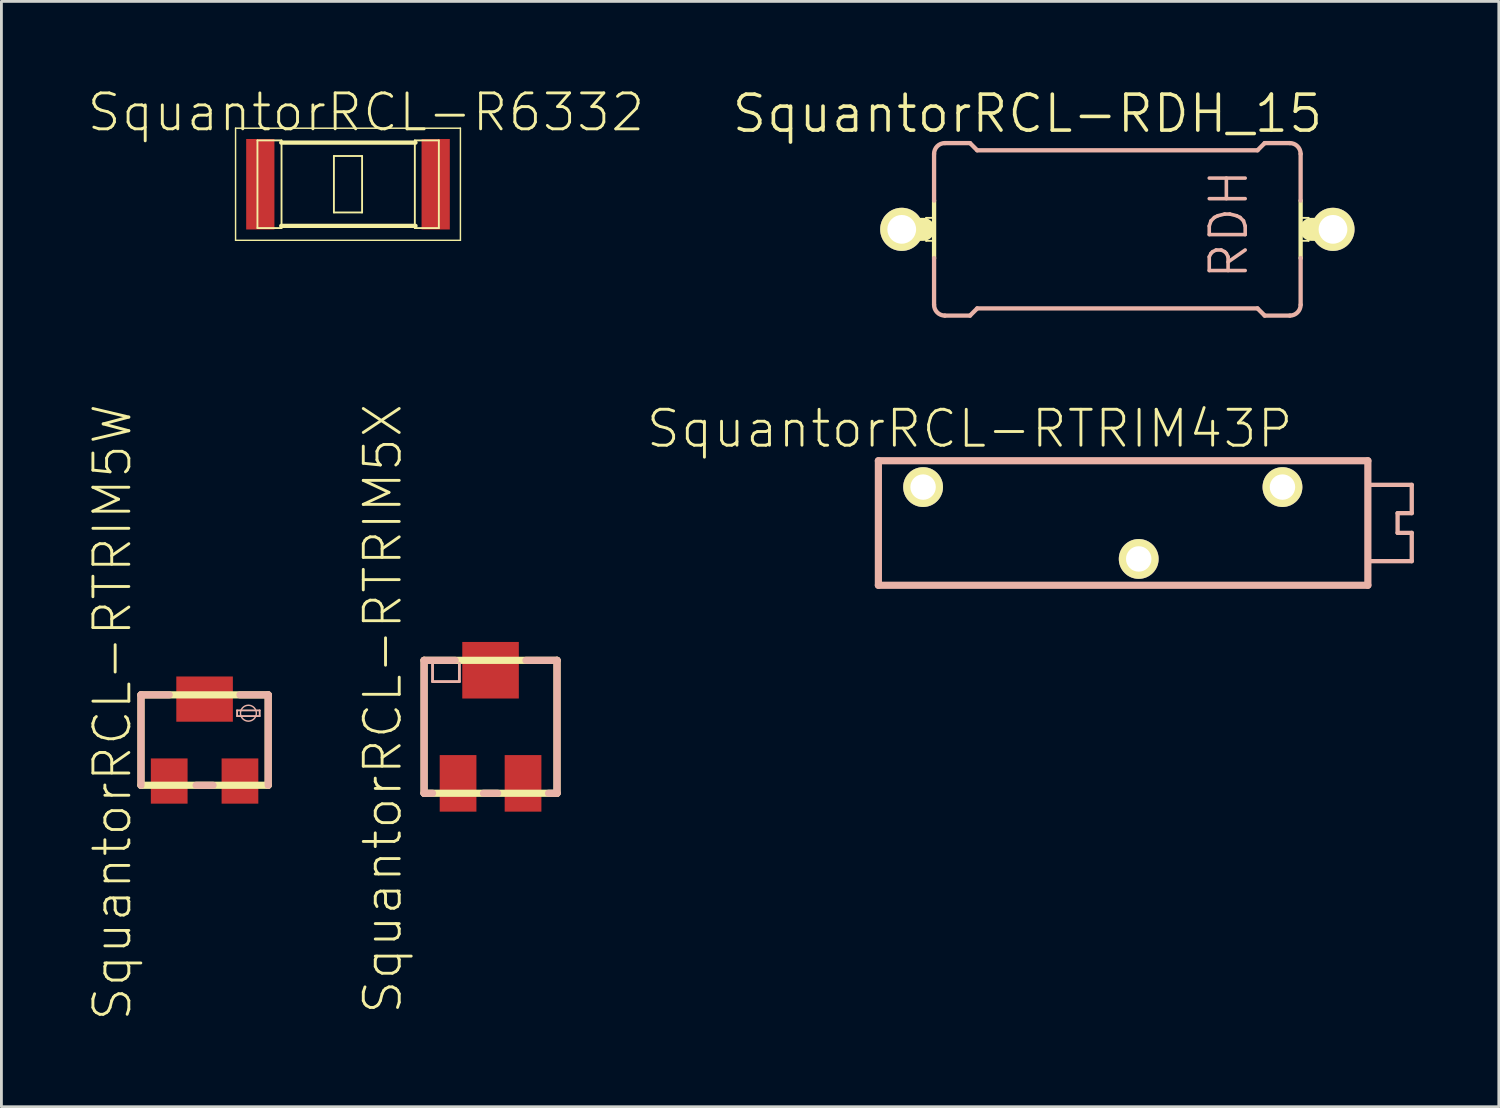
<source format=kicad_pcb>
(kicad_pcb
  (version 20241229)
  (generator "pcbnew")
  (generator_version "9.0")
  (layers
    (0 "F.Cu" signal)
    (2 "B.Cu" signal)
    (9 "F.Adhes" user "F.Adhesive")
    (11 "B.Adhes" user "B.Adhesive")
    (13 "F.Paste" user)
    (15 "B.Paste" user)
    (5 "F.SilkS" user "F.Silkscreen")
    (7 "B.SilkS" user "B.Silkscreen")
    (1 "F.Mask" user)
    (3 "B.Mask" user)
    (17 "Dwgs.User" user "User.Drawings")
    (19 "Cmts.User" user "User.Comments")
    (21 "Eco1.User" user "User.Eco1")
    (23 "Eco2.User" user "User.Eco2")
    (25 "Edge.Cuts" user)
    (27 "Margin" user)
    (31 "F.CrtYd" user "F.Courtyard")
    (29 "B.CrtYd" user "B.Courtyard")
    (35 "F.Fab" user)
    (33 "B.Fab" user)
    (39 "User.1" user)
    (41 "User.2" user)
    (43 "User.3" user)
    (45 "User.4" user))
  (footprint "SquantorRCL-R6332"
    (layer "F.Cu")
    (at 9.248 3.461)
    (property "Reference" "SquantorRCL-R6332" (at 0.635 -2.54 0) (layer "F.SilkS") (effects (font (size 1.27 1.27) (thickness 0.102))))
    (attr smd)
    (fp_line (start -3.973 -1.981) (end 3.973 -1.981) (stroke (width 0.051) (type solid)) (layer "F.SilkS"))
    (fp_line (start -3.973 1.981) (end -3.973 -1.981) (stroke (width 0.051) (type solid)) (layer "F.SilkS"))
    (fp_line (start -3.2 -1.549) (end -2.349 -1.549) (stroke (width 0.066) (type solid)) (layer "F.SilkS"))
    (fp_line (start -3.2 1.549) (end -3.2 -1.549) (stroke (width 0.066) (type solid)) (layer "F.SilkS"))
    (fp_line (start -3.2 1.549) (end -2.349 1.549) (stroke (width 0.066) (type solid)) (layer "F.SilkS"))
    (fp_line (start -2.36 -1.471) (end 2.385 -1.471) (stroke (width 0.152) (type solid)) (layer "F.SilkS"))
    (fp_line (start -2.36 1.471) (end 2.385 1.471) (stroke (width 0.152) (type solid)) (layer "F.SilkS"))
    (fp_line (start -2.349 1.549) (end -2.349 -1.549) (stroke (width 0.066) (type solid)) (layer "F.SilkS"))
    (fp_line (start -0.498 -0.998) (end 0.498 -0.998) (stroke (width 0.066) (type solid)) (layer "F.SilkS"))
    (fp_line (start -0.498 0.998) (end -0.498 -0.998) (stroke (width 0.066) (type solid)) (layer "F.SilkS"))
    (fp_line (start -0.498 0.998) (end 0.498 0.998) (stroke (width 0.066) (type solid)) (layer "F.SilkS"))
    (fp_line (start 0.498 0.998) (end 0.498 -0.998) (stroke (width 0.066) (type solid)) (layer "F.SilkS"))
    (fp_line (start 2.362 -1.549) (end 3.211 -1.549) (stroke (width 0.066) (type solid)) (layer "F.SilkS"))
    (fp_line (start 2.362 1.549) (end 2.362 -1.549) (stroke (width 0.066) (type solid)) (layer "F.SilkS"))
    (fp_line (start 2.362 1.549) (end 3.211 1.549) (stroke (width 0.066) (type solid)) (layer "F.SilkS"))
    (fp_line (start 3.211 1.549) (end 3.211 -1.549) (stroke (width 0.066) (type solid)) (layer "F.SilkS"))
    (fp_line (start 3.973 -1.981) (end 3.973 1.981) (stroke (width 0.051) (type solid)) (layer "F.SilkS"))
    (fp_line (start 3.973 1.981) (end -3.973 1.981) (stroke (width 0.051) (type solid)) (layer "F.SilkS"))
    (pad "1" smd rect (at -3.099 0) (size 0.998 3.198) (layers "F.Cu" "F.Mask" "F.Paste"))
    (pad "2" smd rect (at 3.099 0) (size 0.998 3.198) (layers "F.Cu" "F.Mask" "F.Paste")))
  (footprint "SquantorRCL-RTRIM5X"
    (layer "F.Cu")
    (at 14.286 22.635)
    (property "Reference" "SquantorRCL-RTRIM5X" (at -3.81 -0.635 90) (layer "F.SilkS") (effects (font (size 1.27 1.27) (thickness 0.102))))
    (attr smd)
    (fp_line (start -2.349 -2.349) (end -2.349 2.349) (stroke (width 0.254) (type solid)) (layer "F.SilkS"))
    (fp_line (start -2.349 2.349) (end 2.349 2.349) (stroke (width 0.254) (type solid)) (layer "F.SilkS"))
    (fp_line (start 2.349 -2.349) (end -2.349 -2.349) (stroke (width 0.254) (type solid)) (layer "F.SilkS"))
    (fp_line (start 2.349 2.349) (end 2.349 -2.349) (stroke (width 0.254) (type solid)) (layer "F.SilkS"))
    (fp_line (start -2.349 -2.349) (end -1.25 -2.349) (stroke (width 0.254) (type solid)) (layer "B.SilkS"))
    (fp_line (start -2.349 2.349) (end -2.349 -2.349) (stroke (width 0.254) (type solid)) (layer "B.SilkS"))
    (fp_line (start -2.05 -1.598) (end -2.05 -2.248) (stroke (width 0.102) (type solid)) (layer "B.SilkS"))
    (fp_line (start -2.05 2.349) (end -2.349 2.349) (stroke (width 0.254) (type solid)) (layer "B.SilkS"))
    (fp_line (start -1.1 -2.248) (end -1.1 -1.598) (stroke (width 0.102) (type solid)) (layer "B.SilkS"))
    (fp_line (start -1.1 -1.598) (end -2.05 -1.598) (stroke (width 0.102) (type solid)) (layer "B.SilkS"))
    (fp_line (start 0.249 2.349) (end -0.249 2.349) (stroke (width 0.254) (type solid)) (layer "B.SilkS"))
    (fp_line (start 1.25 -2.349) (end 2.349 -2.349) (stroke (width 0.254) (type solid)) (layer "B.SilkS"))
    (fp_line (start 2.349 -2.349) (end 2.349 2.349) (stroke (width 0.254) (type solid)) (layer "B.SilkS"))
    (fp_line (start 2.349 2.349) (end 2.05 2.349) (stroke (width 0.254) (type solid)) (layer "B.SilkS"))
    (pad "1" smd rect (at -1.148 1.999) (size 1.298 1.999) (layers "F.Cu" "F.Mask" "F.Paste"))
    (pad "2" smd rect (at 0 -1.999) (size 1.999 1.999) (layers "F.Cu" "F.Mask" "F.Paste"))
    (pad "3" smd rect (at 1.148 1.999) (size 1.298 1.999) (layers "F.Cu" "F.Mask" "F.Paste")))
  (footprint "SquantorRCL-RTRIM5W"
    (layer "F.Cu")
    (at 4.18 23.104)
    (property "Reference" "SquantorRCL-RTRIM5W" (at -3.259 -0.983 90) (layer "F.SilkS") (effects (font (size 1.27 1.27) (thickness 0.102))))
    (attr smd)
    (fp_line (start -2.248 -1.598) (end -2.248 1.598) (stroke (width 0.254) (type solid)) (layer "F.SilkS"))
    (fp_line (start -2.248 1.598) (end 2.248 1.598) (stroke (width 0.254) (type solid)) (layer "F.SilkS"))
    (fp_line (start 2.248 -1.598) (end -2.248 -1.598) (stroke (width 0.254) (type solid)) (layer "F.SilkS"))
    (fp_line (start 2.248 1.598) (end 2.248 -1.598) (stroke (width 0.254) (type solid)) (layer "F.SilkS"))
    (fp_line (start -2.248 -1.598) (end -2.248 1.598) (stroke (width 0.254) (type solid)) (layer "B.SilkS"))
    (fp_line (start -1.25 -1.598) (end -2.248 -1.598) (stroke (width 0.254) (type solid)) (layer "B.SilkS"))
    (fp_line (start -0.3 1.598) (end 0.3 1.598) (stroke (width 0.254) (type solid)) (layer "B.SilkS"))
    (fp_line (start 1.148 -1.049) (end 1.948 -1.049) (stroke (width 0.066) (type solid)) (layer "B.SilkS"))
    (fp_line (start 1.148 -0.848) (end 1.148 -1.049) (stroke (width 0.066) (type solid)) (layer "B.SilkS"))
    (fp_line (start 1.148 -0.848) (end 1.948 -0.848) (stroke (width 0.066) (type solid)) (layer "B.SilkS"))
    (fp_line (start 1.25 -1.598) (end 2.248 -1.598) (stroke (width 0.254) (type solid)) (layer "B.SilkS"))
    (fp_line (start 1.948 -0.848) (end 1.948 -1.049) (stroke (width 0.066) (type solid)) (layer "B.SilkS"))
    (fp_line (start 2.248 -1.598) (end 2.248 1.598) (stroke (width 0.254) (type solid)) (layer "B.SilkS"))
    (fp_circle (center 1.549 -0.95) (end 1.748 -1.148) (stroke (width 0.051) (type solid)) (fill no) (layer "B.SilkS"))
    (pad "1" smd rect (at -1.25 1.448) (size 1.298 1.598) (layers "F.Cu" "F.Mask" "F.Paste"))
    (pad "2" smd rect (at 0 -1.448) (size 1.999 1.598) (layers "F.Cu" "F.Mask" "F.Paste"))
    (pad "3" smd rect (at 1.25 1.448) (size 1.298 1.598) (layers "F.Cu" "F.Mask" "F.Paste")))
  (footprint "SquantorRCL-RTRIM43P"
    (layer "F.Cu")
    (at 37.192 15.433)
    (property "Reference" "SquantorRCL-RTRIM43P" (at -5.974 -3.332 0) (layer "F.SilkS") (effects (font (size 1.27 1.27) (thickness 0.102))))
    (attr exclude_from_pos_files exclude_from_bom)
    (fp_line (start -9.2 -2.2) (end -9.2 2.2) (stroke (width 0.254) (type solid)) (layer "B.SilkS"))
    (fp_line (start -9.2 2.2) (end 8.098 2.2) (stroke (width 0.254) (type solid)) (layer "B.SilkS"))
    (fp_line (start 8.098 -2.2) (end -9.2 -2.2) (stroke (width 0.254) (type solid)) (layer "B.SilkS"))
    (fp_line (start 8.098 2.2) (end 8.098 -2.2) (stroke (width 0.254) (type solid)) (layer "B.SilkS"))
    (fp_line (start 8.199 -1.349) (end 9.649 -1.349) (stroke (width 0.152) (type solid)) (layer "B.SilkS"))
    (fp_line (start 9.149 -0.348) (end 9.149 0.348) (stroke (width 0.152) (type solid)) (layer "B.SilkS"))
    (fp_line (start 9.149 0.348) (end 9.649 0.348) (stroke (width 0.152) (type solid)) (layer "B.SilkS"))
    (fp_line (start 9.649 -1.349) (end 9.649 -0.348) (stroke (width 0.152) (type solid)) (layer "B.SilkS"))
    (fp_line (start 9.649 -0.348) (end 9.149 -0.348) (stroke (width 0.152) (type solid)) (layer "B.SilkS"))
    (fp_line (start 9.649 0.348) (end 9.649 1.349) (stroke (width 0.152) (type solid)) (layer "B.SilkS"))
    (fp_line (start 9.649 1.349) (end 8.199 1.349) (stroke (width 0.152) (type solid)) (layer "B.SilkS"))
    (pad "1" thru_hole circle (at -7.62 -1.27) (size 1.407 1.407) (drill 0.899) (layers "*.Cu" "F.Mask" "F.SilkS" "F.Paste"))
    (pad "2" thru_hole circle (at 0 1.27) (size 1.407 1.407) (drill 0.899) (layers "*.Cu" "F.Mask" "F.SilkS" "F.Paste"))
    (pad "3" thru_hole circle (at 5.08 -1.27) (size 1.407 1.407) (drill 0.899) (layers "*.Cu" "F.Mask" "F.SilkS" "F.Paste")))
  (footprint "SquantorRCL-RDH_15"
    (layer "F.Cu")
    (at 36.437 5.055)
    (property "Reference" "SquantorRCL-RDH_15" (at -3.175 -4.089 0) (layer "F.SilkS") (effects (font (size 1.27 1.27) (thickness 0.127))))
    (attr exclude_from_pos_files exclude_from_bom)
    (fp_line (start -7.62 0) (end -6.858 0) (stroke (width 0.813) (type solid)) (layer "F.SilkS"))
    (fp_line (start -6.756 -0.406) (end -6.452 -0.406) (stroke (width 0.066) (type solid)) (layer "F.SilkS"))
    (fp_line (start -6.756 0.406) (end -6.756 -0.406) (stroke (width 0.066) (type solid)) (layer "F.SilkS"))
    (fp_line (start -6.756 0.406) (end -6.452 0.406) (stroke (width 0.066) (type solid)) (layer "F.SilkS"))
    (fp_line (start -6.477 -1.016) (end -6.477 1.016) (stroke (width 0.152) (type solid)) (layer "F.SilkS"))
    (fp_line (start -6.452 0.406) (end -6.452 -0.406) (stroke (width 0.066) (type solid)) (layer "F.SilkS"))
    (fp_line (start 6.452 -0.406) (end 6.756 -0.406) (stroke (width 0.066) (type solid)) (layer "F.SilkS"))
    (fp_line (start 6.452 0.406) (end 6.452 -0.406) (stroke (width 0.066) (type solid)) (layer "F.SilkS"))
    (fp_line (start 6.452 0.406) (end 6.756 0.406) (stroke (width 0.066) (type solid)) (layer "F.SilkS"))
    (fp_line (start 6.477 -1.016) (end 6.477 1.016) (stroke (width 0.152) (type solid)) (layer "F.SilkS"))
    (fp_line (start 6.756 0.406) (end 6.756 -0.406) (stroke (width 0.066) (type solid)) (layer "F.SilkS"))
    (fp_line (start 6.858 0) (end 7.62 0) (stroke (width 0.813) (type solid)) (layer "F.SilkS"))
    (fp_line (start -6.477 -1.016) (end -6.477 -2.667) (stroke (width 0.152) (type solid)) (layer "B.SilkS"))
    (fp_line (start -6.477 2.667) (end -6.477 1.016) (stroke (width 0.152) (type solid)) (layer "B.SilkS"))
    (fp_line (start -6.096 -3.048) (end -5.207 -3.048) (stroke (width 0.152) (type solid)) (layer "B.SilkS"))
    (fp_line (start -6.096 3.048) (end -5.207 3.048) (stroke (width 0.152) (type solid)) (layer "B.SilkS"))
    (fp_line (start -4.953 -2.794) (end -5.207 -3.048) (stroke (width 0.152) (type solid)) (layer "B.SilkS"))
    (fp_line (start -4.953 2.794) (end -5.207 3.048) (stroke (width 0.152) (type solid)) (layer "B.SilkS"))
    (fp_line (start 4.953 -2.794) (end -4.953 -2.794) (stroke (width 0.152) (type solid)) (layer "B.SilkS"))
    (fp_line (start 4.953 -2.794) (end 5.207 -3.048) (stroke (width 0.152) (type solid)) (layer "B.SilkS"))
    (fp_line (start 4.953 2.794) (end -4.953 2.794) (stroke (width 0.152) (type solid)) (layer "B.SilkS"))
    (fp_line (start 4.953 2.794) (end 5.207 3.048) (stroke (width 0.152) (type solid)) (layer "B.SilkS"))
    (fp_line (start 6.096 -3.048) (end 5.207 -3.048) (stroke (width 0.152) (type solid)) (layer "B.SilkS"))
    (fp_line (start 6.096 3.048) (end 5.207 3.048) (stroke (width 0.152) (type solid)) (layer "B.SilkS"))
    (fp_line (start 6.477 -1.016) (end 6.477 -2.667) (stroke (width 0.152) (type solid)) (layer "B.SilkS"))
    (fp_line (start 6.477 2.667) (end 6.477 1.016) (stroke (width 0.152) (type solid)) (layer "B.SilkS"))
    (fp_arc (start -6.477 -2.667) (mid -6.365408 -2.936408) (end -6.096 -3.048) (stroke (width 0.1524) (type solid)) (layer "B.SilkS"))
    (fp_arc (start -6.096 3.048) (mid -6.365408 2.936408) (end -6.477 2.667) (stroke (width 0.1524) (type solid)) (layer "B.SilkS"))
    (fp_arc (start 6.096 -3.048) (mid 6.365408 -2.936408) (end 6.477 -2.667) (stroke (width 0.1524) (type solid)) (layer "B.SilkS"))
    (fp_arc (start 6.477 2.667) (mid 6.365408 2.936408) (end 6.096 3.048) (stroke (width 0.1524) (type solid)) (layer "B.SilkS"))
    (fp_text user "RDH" (at 3.937 -0.178 90) (layer "B.SilkS") (effects (font (size 1.27 1.27) (thickness 0.127))))
    (pad "1" thru_hole circle (at -7.62 0) (size 1.524 1.524) (drill 1.016) (layers "*.Cu" "F.Mask" "F.SilkS" "F.Paste"))
    (pad "2" thru_hole circle (at 7.62 0) (size 1.524 1.524) (drill 1.016) (layers "*.Cu" "F.Mask" "F.SilkS" "F.Paste")))
  (gr_rect
    (start -3 -3)
    (end 49.918 36.062)
    (stroke (width 0.1) (type default))
    (fill no)
    (layer "Edge.Cuts")))
</source>
